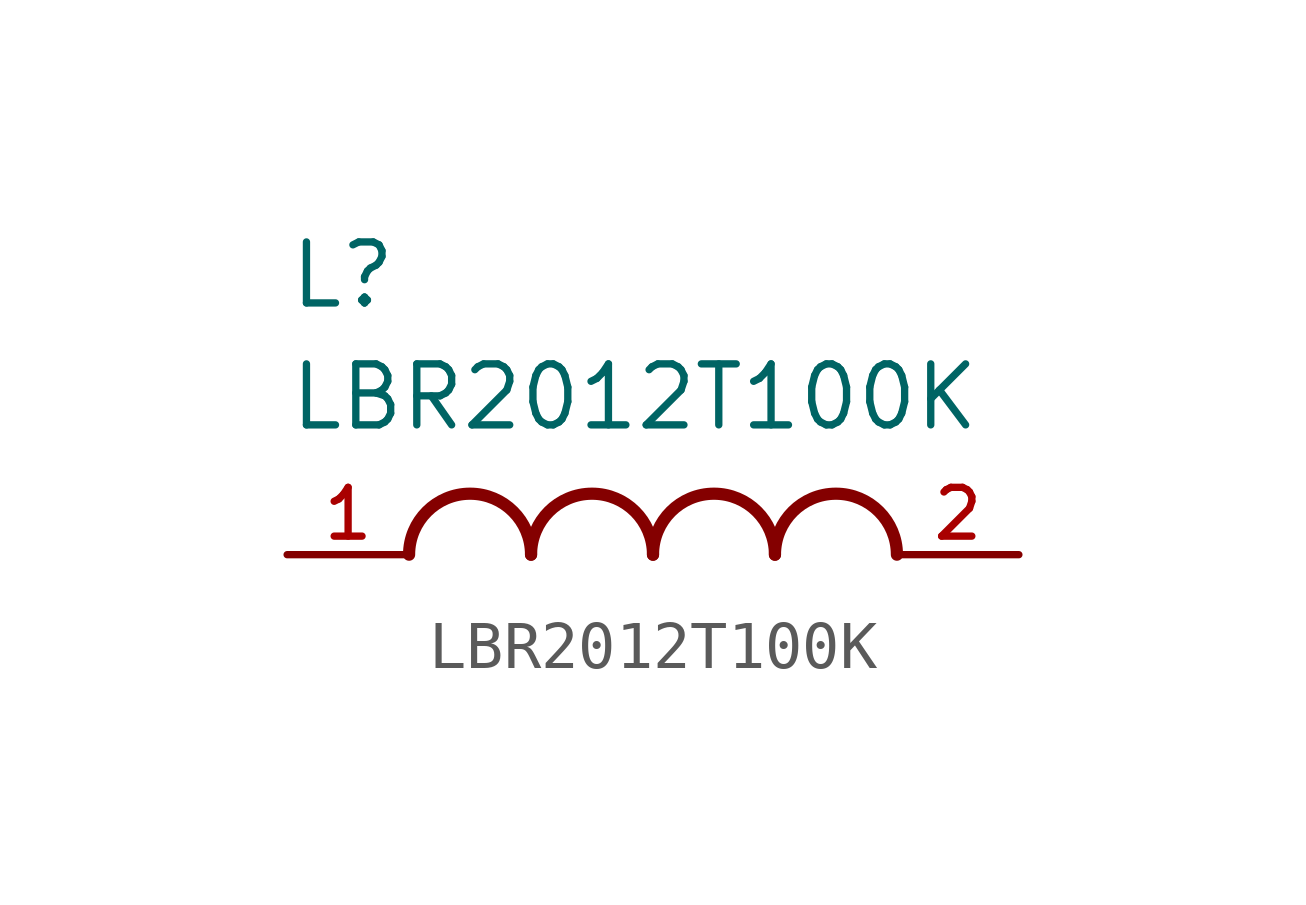
<source format=kicad_sym>
(kicad_symbol_lib
  (version 20211014)
  (generator kicad_symbol_editor)
  (symbol "LBR2012T100K"
    (pin_names
      (offset 1.016))
    (property "Reference" "L"
      (at -7.62 5.08 0)
      (effects (font (size 1.27 1.27)) (justify bottom left)))
    (property "Value" "LBR2012T100K"
      (at -7.62 2.54 0)
      (effects (font (size 1.27 1.27)) (justify bottom left)))
    (symbol "LBR2012T100K_0_0"
      (arc (start -2.54 0.0) (mid -3.81 1.27) (end -5.08 0.0) (stroke (width 0.254) (type default) (color 0 0 0 0)) (fill (type none)))
      (arc (start 0.0 0.0) (mid -1.27 1.27) (end -2.54 0.0) (stroke (width 0.254) (type default) (color 0 0 0 0)) (fill (type none)))
      (arc (start 2.54 0.0) (mid 1.27 1.27) (end 0.0 0.0) (stroke (width 0.254) (type default) (color 0 0 0 0)) (fill (type none)))
      (arc (start 5.08 0.0) (mid 3.81 1.27) (end 2.54 0.0) (stroke (width 0.254) (type default) (color 0 0 0 0)) (fill (type none)))
      (pin passive line (at -7.62 0.0 0) (length 2.54) (name "~" (effects (font (size 1.016 1.016)))) (number "1" (effects (font (size 1.016 1.016)))))
      (pin passive line (at 7.62 0.0 180.0) (length 2.54) (name "~" (effects (font (size 1.016 1.016)))) (number "2" (effects (font (size 1.016 1.016))))))))
</source>
